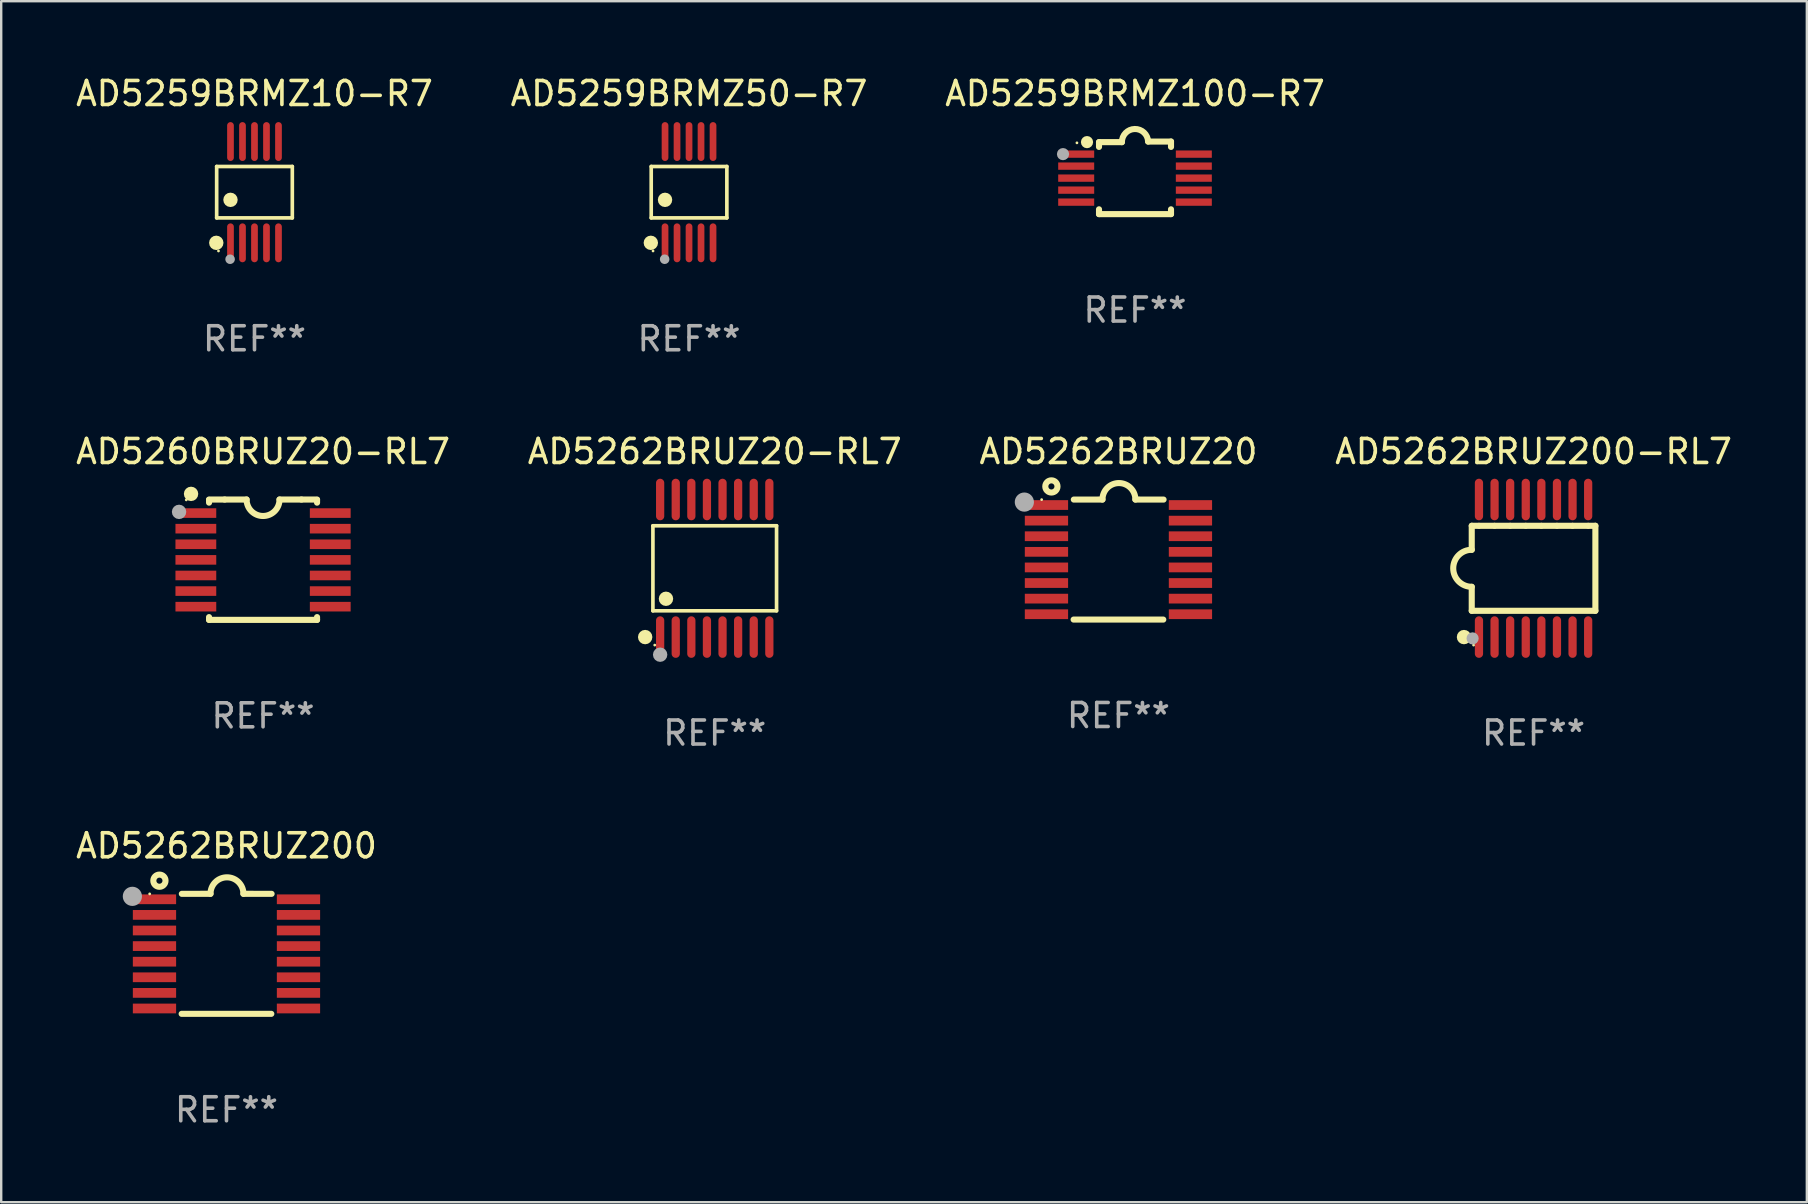
<source format=kicad_pcb>
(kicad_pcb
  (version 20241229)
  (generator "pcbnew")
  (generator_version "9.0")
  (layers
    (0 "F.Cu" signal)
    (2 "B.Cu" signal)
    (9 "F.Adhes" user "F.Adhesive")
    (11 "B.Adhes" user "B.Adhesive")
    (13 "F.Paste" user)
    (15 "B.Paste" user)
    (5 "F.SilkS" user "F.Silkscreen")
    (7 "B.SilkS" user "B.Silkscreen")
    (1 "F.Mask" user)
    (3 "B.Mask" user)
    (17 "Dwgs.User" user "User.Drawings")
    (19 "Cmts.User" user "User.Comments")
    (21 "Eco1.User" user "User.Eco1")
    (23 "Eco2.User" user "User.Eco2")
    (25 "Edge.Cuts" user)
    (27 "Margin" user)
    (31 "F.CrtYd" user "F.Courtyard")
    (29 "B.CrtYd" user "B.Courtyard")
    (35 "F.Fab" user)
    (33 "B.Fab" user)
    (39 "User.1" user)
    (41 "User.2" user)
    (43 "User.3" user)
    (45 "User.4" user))
  (footprint "AD5262BRUZ200-RL7"
    (layer "F.Cu")
    (at 60.851 20.63)
    (property "Reference" "AD5262BRUZ200-RL7" (at 0 -4.866 0) (layer "F.SilkS") (effects (font (size 1 1) (thickness 0.15))))
    (attr through_hole)
    (fp_line (start -2.576 -1.771) (end -2.576 -0.771) (stroke (width 0.254) (type solid)) (layer "F.SilkS"))
    (fp_line (start -2.576 -1.771) (end -2.289 -1.771) (stroke (width 0.254) (type solid)) (layer "F.SilkS"))
    (fp_line (start -2.576 1.771) (end -2.576 0.771) (stroke (width 0.254) (type solid)) (layer "F.SilkS"))
    (fp_line (start -2.261 -1.771) (end -1.639 -1.771) (stroke (width 0.254) (type solid)) (layer "F.SilkS"))
    (fp_line (start -1.612 -1.771) (end -0.989 -1.771) (stroke (width 0.254) (type solid)) (layer "F.SilkS"))
    (fp_line (start -0.962 -1.771) (end -0.338 -1.771) (stroke (width 0.254) (type solid)) (layer "F.SilkS"))
    (fp_line (start -0.311 -1.771) (end 0.312 -1.771) (stroke (width 0.254) (type solid)) (layer "F.SilkS"))
    (fp_line (start 0.339 -1.771) (end 0.962 -1.771) (stroke (width 0.254) (type solid)) (layer "F.SilkS"))
    (fp_line (start 0.989 -1.771) (end 1.612 -1.771) (stroke (width 0.254) (type solid)) (layer "F.SilkS"))
    (fp_line (start 1.639 -1.771) (end 2.261 -1.771) (stroke (width 0.254) (type solid)) (layer "F.SilkS"))
    (fp_line (start 2.289 -1.771) (end 2.576 -1.771) (stroke (width 0.254) (type solid)) (layer "F.SilkS"))
    (fp_line (start 2.576 -1.771) (end 2.576 1.771) (stroke (width 0.254) (type solid)) (layer "F.SilkS"))
    (fp_line (start 2.576 1.771) (end -2.576 1.771) (stroke (width 0.254) (type solid)) (layer "F.SilkS"))
    (fp_arc (start -2.576226 0.7714) (mid -3.346889 -0.000648) (end -2.575311 -0.771781) (stroke (width 0.254001) (type solid)) (layer "F.SilkS"))
    (fp_circle (center -2.899 2.866) (end -2.749 2.866) (stroke (width 0.3) (type solid)) (fill no) (layer "F.SilkS"))
    (fp_circle (center -2.5 3.2) (end -2.47 3.2) (stroke (width 0.06) (type solid)) (fill no) (layer "F.SilkS"))
    (fp_circle (center -2.54 2.921) (end -2.413 2.921) (stroke (width 0.254) (type solid)) (fill no) (layer "F.Fab"))
    (fp_text user "REF**" (at 0 6.866 0) (layer "F.Fab") (effects (font (size 1 1) (thickness 0.15))))
    (pad "1" smd oval (at -2.275 2.866) (size 0.343 1.731) (layers "F.Cu" "F.Mask" "F.Paste"))
    (pad "2" smd oval (at -1.625 2.866) (size 0.343 1.731) (layers "F.Cu" "F.Mask" "F.Paste"))
    (pad "3" smd oval (at -0.975 2.866) (size 0.343 1.731) (layers "F.Cu" "F.Mask" "F.Paste"))
    (pad "4" smd oval (at -0.325 2.866) (size 0.343 1.731) (layers "F.Cu" "F.Mask" "F.Paste"))
    (pad "5" smd oval (at 0.325 2.866) (size 0.343 1.731) (layers "F.Cu" "F.Mask" "F.Paste"))
    (pad "6" smd oval (at 0.975 2.866) (size 0.343 1.731) (layers "F.Cu" "F.Mask" "F.Paste"))
    (pad "7" smd oval (at 1.625 2.866) (size 0.343 1.731) (layers "F.Cu" "F.Mask" "F.Paste"))
    (pad "8" smd oval (at 2.275 2.866) (size 0.343 1.731) (layers "F.Cu" "F.Mask" "F.Paste"))
    (pad "9" smd oval (at 2.275 -2.866) (size 0.343 1.731) (layers "F.Cu" "F.Mask" "F.Paste"))
    (pad "10" smd oval (at 1.625 -2.866) (size 0.343 1.731) (layers "F.Cu" "F.Mask" "F.Paste"))
    (pad "11" smd oval (at 0.975 -2.866) (size 0.343 1.731) (layers "F.Cu" "F.Mask" "F.Paste"))
    (pad "12" smd oval (at 0.325 -2.866) (size 0.343 1.731) (layers "F.Cu" "F.Mask" "F.Paste"))
    (pad "13" smd oval (at -0.325 -2.866) (size 0.343 1.731) (layers "F.Cu" "F.Mask" "F.Paste"))
    (pad "14" smd oval (at -0.975 -2.866) (size 0.343 1.731) (layers "F.Cu" "F.Mask" "F.Paste"))
    (pad "15" smd oval (at -1.625 -2.866) (size 0.343 1.731) (layers "F.Cu" "F.Mask" "F.Paste"))
    (pad "16" smd oval (at -2.275 -2.866) (size 0.343 1.731) (layers "F.Cu" "F.Mask" "F.Paste")))
  (footprint "AD5262BRUZ20-RL7"
    (layer "F.Cu")
    (at 26.732 20.63)
    (property "Reference" "AD5262BRUZ20-RL7" (at 0 -4.866 0) (layer "F.SilkS") (effects (font (size 1 1) (thickness 0.15))))
    (attr through_hole)
    (fp_line (start -2.576 -1.772) (end 2.576 -1.772) (stroke (width 0.152) (type solid)) (layer "F.SilkS"))
    (fp_line (start -2.576 1.771) (end -2.576 -1.772) (stroke (width 0.152) (type solid)) (layer "F.SilkS"))
    (fp_line (start 2.576 -1.772) (end 2.576 1.771) (stroke (width 0.152) (type solid)) (layer "F.SilkS"))
    (fp_line (start 2.576 1.771) (end -2.576 1.771) (stroke (width 0.152) (type solid)) (layer "F.SilkS"))
    (fp_circle (center -2.899 2.866) (end -2.749 2.866) (stroke (width 0.3) (type solid)) (fill no) (layer "F.SilkS"))
    (fp_circle (center -2.5 3.2) (end -2.47 3.2) (stroke (width 0.06) (type solid)) (fill no) (layer "F.SilkS"))
    (fp_circle (center -2.032 1.27) (end -1.882 1.27) (stroke (width 0.3) (type solid)) (fill no) (layer "F.SilkS"))
    (fp_circle (center -2.275 3.6) (end -2.125 3.6) (stroke (width 0.3) (type solid)) (fill no) (layer "F.Fab"))
    (fp_text user "REF**" (at 0 6.866 0) (layer "F.Fab") (effects (font (size 1 1) (thickness 0.15))))
    (pad "1" smd oval (at -2.275 2.866) (size 0.343 1.731) (layers "F.Cu" "F.Mask" "F.Paste"))
    (pad "2" smd oval (at -1.625 2.866) (size 0.343 1.731) (layers "F.Cu" "F.Mask" "F.Paste"))
    (pad "3" smd oval (at -0.975 2.866) (size 0.343 1.731) (layers "F.Cu" "F.Mask" "F.Paste"))
    (pad "4" smd oval (at -0.325 2.866) (size 0.343 1.731) (layers "F.Cu" "F.Mask" "F.Paste"))
    (pad "5" smd oval (at 0.325 2.866) (size 0.343 1.731) (layers "F.Cu" "F.Mask" "F.Paste"))
    (pad "6" smd oval (at 0.975 2.866) (size 0.343 1.731) (layers "F.Cu" "F.Mask" "F.Paste"))
    (pad "7" smd oval (at 1.625 2.866) (size 0.343 1.731) (layers "F.Cu" "F.Mask" "F.Paste"))
    (pad "8" smd oval (at 2.275 2.866) (size 0.343 1.731) (layers "F.Cu" "F.Mask" "F.Paste"))
    (pad "9" smd oval (at 2.275 -2.866) (size 0.343 1.731) (layers "F.Cu" "F.Mask" "F.Paste"))
    (pad "10" smd oval (at 1.625 -2.866) (size 0.343 1.731) (layers "F.Cu" "F.Mask" "F.Paste"))
    (pad "11" smd oval (at 0.975 -2.866) (size 0.343 1.731) (layers "F.Cu" "F.Mask" "F.Paste"))
    (pad "12" smd oval (at 0.325 -2.866) (size 0.343 1.731) (layers "F.Cu" "F.Mask" "F.Paste"))
    (pad "13" smd oval (at -0.325 -2.866) (size 0.343 1.731) (layers "F.Cu" "F.Mask" "F.Paste"))
    (pad "14" smd oval (at -0.975 -2.866) (size 0.343 1.731) (layers "F.Cu" "F.Mask" "F.Paste"))
    (pad "15" smd oval (at -1.625 -2.866) (size 0.343 1.731) (layers "F.Cu" "F.Mask" "F.Paste"))
    (pad "16" smd oval (at -2.275 -2.866) (size 0.343 1.731) (layers "F.Cu" "F.Mask" "F.Paste")))
  (footprint "AD5260BRUZ20-RL7"
    (layer "F.Cu")
    (at 7.911 20.272)
    (property "Reference" "AD5260BRUZ20-RL7" (at 0 -4.507 0) (layer "F.SilkS") (effects (font (size 1 1) (thickness 0.15))))
    (attr through_hole)
    (fp_line (start -2.25 -2.377) (end -2.25 -2.493) (stroke (width 0.254) (type solid)) (layer "F.SilkS"))
    (fp_line (start -2.25 2.507) (end -2.25 2.392) (stroke (width 0.254) (type solid)) (layer "F.SilkS"))
    (fp_line (start -1.6 -2.507) (end -2.25 -2.507) (stroke (width 0.254) (type solid)) (layer "F.SilkS"))
    (fp_line (start -1.6 -2.507) (end -0.686 -2.507) (stroke (width 0.254) (type solid)) (layer "F.SilkS"))
    (fp_line (start 0.686 -2.507) (end 1.6 -2.507) (stroke (width 0.254) (type solid)) (layer "F.SilkS"))
    (fp_line (start 1.6 -2.507) (end 2.25 -2.507) (stroke (width 0.254) (type solid)) (layer "F.SilkS"))
    (fp_line (start 2.25 -2.493) (end 2.25 -2.377) (stroke (width 0.254) (type solid)) (layer "F.SilkS"))
    (fp_line (start 2.25 2.392) (end 2.25 2.507) (stroke (width 0.254) (type solid)) (layer "F.SilkS"))
    (fp_line (start 2.25 2.507) (end -2.25 2.507) (stroke (width 0.254) (type solid)) (layer "F.SilkS"))
    (fp_arc (start 0.685852 -2.507303) (mid 0.000051 -1.821502) (end -0.68575 -2.507303) (stroke (width 0.254001) (type solid)) (layer "F.SilkS"))
    (fp_circle (center -3.2 -2.493) (end -3.17 -2.493) (stroke (width 0.06) (type solid)) (fill no) (layer "F.SilkS"))
    (fp_circle (center -3 -2.743) (end -2.85 -2.743) (stroke (width 0.3) (type solid)) (fill no) (layer "F.SilkS"))
    (fp_circle (center -3.5 -1.993) (end -3.35 -1.993) (stroke (width 0.3) (type solid)) (fill no) (layer "F.Fab"))
    (fp_text user "REF**" (at 0 6.507 0) (layer "F.Fab") (effects (font (size 1 1) (thickness 0.15))))
    (pad "1" smd rect (at -2.8 -1.943) (size 1.7 0.4) (layers "F.Cu" "F.Mask" "F.Paste"))
    (pad "2" smd rect (at -2.8 -1.293) (size 1.7 0.4) (layers "F.Cu" "F.Mask" "F.Paste"))
    (pad "3" smd rect (at -2.8 -0.643) (size 1.7 0.4) (layers "F.Cu" "F.Mask" "F.Paste"))
    (pad "4" smd rect (at -2.8 0.007) (size 1.7 0.4) (layers "F.Cu" "F.Mask" "F.Paste"))
    (pad "5" smd rect (at -2.8 0.657) (size 1.7 0.4) (layers "F.Cu" "F.Mask" "F.Paste"))
    (pad "6" smd rect (at -2.8 1.307) (size 1.7 0.4) (layers "F.Cu" "F.Mask" "F.Paste"))
    (pad "7" smd rect (at -2.8 1.957) (size 1.7 0.4) (layers "F.Cu" "F.Mask" "F.Paste"))
    (pad "8" smd rect (at 2.8 1.957) (size 1.7 0.4) (layers "F.Cu" "F.Mask" "F.Paste"))
    (pad "9" smd rect (at 2.8 1.307) (size 1.7 0.4) (layers "F.Cu" "F.Mask" "F.Paste"))
    (pad "10" smd rect (at 2.8 0.657) (size 1.7 0.4) (layers "F.Cu" "F.Mask" "F.Paste"))
    (pad "11" smd rect (at 2.8 0.007) (size 1.7 0.4) (layers "F.Cu" "F.Mask" "F.Paste"))
    (pad "12" smd rect (at 2.8 -0.643) (size 1.7 0.4) (layers "F.Cu" "F.Mask" "F.Paste"))
    (pad "13" smd rect (at 2.8 -1.293) (size 1.7 0.4) (layers "F.Cu" "F.Mask" "F.Paste"))
    (pad "14" smd rect (at 2.8 -1.943) (size 1.7 0.4) (layers "F.Cu" "F.Mask" "F.Paste")))
  (footprint "AD5262BRUZ20"
    (layer "F.Cu")
    (at 43.554 20.266)
    (property "Reference" "AD5262BRUZ20" (at 0 -4.501 0) (layer "F.SilkS") (effects (font (size 1 1) (thickness 0.15))))
    (attr through_hole)
    (fp_line (start -1.868 2.501) (end 1.868 2.501) (stroke (width 0.254) (type solid)) (layer "F.SilkS"))
    (fp_line (start -1.86 -2.499) (end -0.666 -2.501) (stroke (width 0.254) (type solid)) (layer "F.SilkS"))
    (fp_line (start 0.706 -2.501) (end 1.88 -2.499) (stroke (width 0.254) (type solid)) (layer "F.SilkS"))
    (fp_arc (start -0.665914 -2.501448) (mid 0.019888 -3.18725) (end 0.70569 -2.501448) (stroke (width 0.254001) (type solid)) (layer "F.SilkS"))
    (fp_circle (center -3.2 -2.497) (end -3.17 -2.497) (stroke (width 0.06) (type solid)) (fill no) (layer "F.SilkS"))
    (fp_circle (center -2.794 -3.047) (end -2.54 -3.047) (stroke (width 0.254) (type solid)) (fill no) (layer "F.SilkS"))
    (fp_circle (center -3.921 -2.395) (end -3.721 -2.395) (stroke (width 0.4) (type solid)) (fill no) (layer "F.Fab"))
    (fp_text user "REF**" (at 0 6.501 0) (layer "F.Fab") (effects (font (size 1 1) (thickness 0.15))))
    (pad "1" smd rect (at -3 -2.272) (size 1.803 0.406) (layers "F.Cu" "F.Mask" "F.Paste"))
    (pad "2" smd rect (at -3 -1.622) (size 1.803 0.406) (layers "F.Cu" "F.Mask" "F.Paste"))
    (pad "3" smd rect (at -3 -0.972) (size 1.803 0.406) (layers "F.Cu" "F.Mask" "F.Paste"))
    (pad "4" smd rect (at -3 -0.322) (size 1.803 0.406) (layers "F.Cu" "F.Mask" "F.Paste"))
    (pad "5" smd rect (at -3 0.328) (size 1.803 0.406) (layers "F.Cu" "F.Mask" "F.Paste"))
    (pad "6" smd rect (at -3 0.978) (size 1.803 0.406) (layers "F.Cu" "F.Mask" "F.Paste"))
    (pad "7" smd rect (at -3 1.628) (size 1.803 0.406) (layers "F.Cu" "F.Mask" "F.Paste"))
    (pad "8" smd rect (at -3 2.278) (size 1.803 0.406) (layers "F.Cu" "F.Mask" "F.Paste"))
    (pad "9" smd rect (at 3 2.278) (size 1.803 0.406) (layers "F.Cu" "F.Mask" "F.Paste"))
    (pad "10" smd rect (at 3 1.628) (size 1.803 0.406) (layers "F.Cu" "F.Mask" "F.Paste"))
    (pad "11" smd rect (at 3 0.978) (size 1.803 0.406) (layers "F.Cu" "F.Mask" "F.Paste"))
    (pad "12" smd rect (at 3 0.328) (size 1.803 0.406) (layers "F.Cu" "F.Mask" "F.Paste"))
    (pad "13" smd rect (at 3 -0.322) (size 1.803 0.406) (layers "F.Cu" "F.Mask" "F.Paste"))
    (pad "14" smd rect (at 3 -0.972) (size 1.803 0.406) (layers "F.Cu" "F.Mask" "F.Paste"))
    (pad "15" smd rect (at 3 -1.622) (size 1.803 0.406) (layers "F.Cu" "F.Mask" "F.Paste"))
    (pad "16" smd rect (at 3 -2.272) (size 1.803 0.406) (layers "F.Cu" "F.Mask" "F.Paste")))
  (footprint "AD5259BRMZ50-R7"
    (layer "F.Cu")
    (at 25.661 4.958)
    (property "Reference" "AD5259BRMZ50-R7" (at 0 -4.11 0) (layer "F.SilkS") (effects (font (size 1 1) (thickness 0.15))))
    (attr through_hole)
    (fp_line (start -1.576 -1.071) (end 1.576 -1.071) (stroke (width 0.152) (type solid)) (layer "F.SilkS"))
    (fp_line (start -1.576 1.071) (end -1.576 -1.071) (stroke (width 0.152) (type solid)) (layer "F.SilkS"))
    (fp_line (start 1.576 -1.071) (end 1.576 1.071) (stroke (width 0.152) (type solid)) (layer "F.SilkS"))
    (fp_line (start 1.576 1.071) (end -1.576 1.071) (stroke (width 0.152) (type solid)) (layer "F.SilkS"))
    (fp_circle (center -1.592 2.11) (end -1.442 2.11) (stroke (width 0.3) (type solid)) (fill no) (layer "F.SilkS"))
    (fp_circle (center -1.5 2.45) (end -1.47 2.45) (stroke (width 0.06) (type solid)) (fill no) (layer "F.SilkS"))
    (fp_circle (center -1 0.319) (end -0.85 0.319) (stroke (width 0.3) (type solid)) (fill no) (layer "F.SilkS"))
    (fp_circle (center -1.016 2.794) (end -0.916 2.794) (stroke (width 0.2) (type solid)) (fill no) (layer "F.Fab"))
    (fp_text user "REF**" (at 0 6.11 0) (layer "F.Fab") (effects (font (size 1 1) (thickness 0.15))))
    (pad "1" smd oval (at -1 2.11) (size 0.28 1.62) (layers "F.Cu" "F.Mask" "F.Paste"))
    (pad "2" smd oval (at -0.5 2.11) (size 0.28 1.62) (layers "F.Cu" "F.Mask" "F.Paste"))
    (pad "3" smd oval (at 0 2.11) (size 0.28 1.62) (layers "F.Cu" "F.Mask" "F.Paste"))
    (pad "4" smd oval (at 0.5 2.11) (size 0.28 1.62) (layers "F.Cu" "F.Mask" "F.Paste"))
    (pad "5" smd oval (at 1 2.11) (size 0.28 1.62) (layers "F.Cu" "F.Mask" "F.Paste"))
    (pad "6" smd oval (at 1 -2.11) (size 0.28 1.62) (layers "F.Cu" "F.Mask" "F.Paste"))
    (pad "7" smd oval (at 0.5 -2.11) (size 0.28 1.62) (layers "F.Cu" "F.Mask" "F.Paste"))
    (pad "8" smd oval (at 0 -2.11) (size 0.28 1.62) (layers "F.Cu" "F.Mask" "F.Paste"))
    (pad "9" smd oval (at -0.5 -2.11) (size 0.28 1.62) (layers "F.Cu" "F.Mask" "F.Paste"))
    (pad "10" smd oval (at -1 -2.11) (size 0.28 1.62) (layers "F.Cu" "F.Mask" "F.Paste")))
  (footprint "AD5259BRMZ10-R7"
    (layer "F.Cu")
    (at 7.554 4.958)
    (property "Reference" "AD5259BRMZ10-R7" (at 0 -4.11 0) (layer "F.SilkS") (effects (font (size 1 1) (thickness 0.15))))
    (attr through_hole)
    (fp_line (start -1.576 -1.071) (end 1.576 -1.071) (stroke (width 0.152) (type solid)) (layer "F.SilkS"))
    (fp_line (start -1.576 1.071) (end -1.576 -1.071) (stroke (width 0.152) (type solid)) (layer "F.SilkS"))
    (fp_line (start 1.576 -1.071) (end 1.576 1.071) (stroke (width 0.152) (type solid)) (layer "F.SilkS"))
    (fp_line (start 1.576 1.071) (end -1.576 1.071) (stroke (width 0.152) (type solid)) (layer "F.SilkS"))
    (fp_circle (center -1.592 2.11) (end -1.442 2.11) (stroke (width 0.3) (type solid)) (fill no) (layer "F.SilkS"))
    (fp_circle (center -1.5 2.45) (end -1.47 2.45) (stroke (width 0.06) (type solid)) (fill no) (layer "F.SilkS"))
    (fp_circle (center -1 0.319) (end -0.85 0.319) (stroke (width 0.3) (type solid)) (fill no) (layer "F.SilkS"))
    (fp_circle (center -1.016 2.794) (end -0.916 2.794) (stroke (width 0.2) (type solid)) (fill no) (layer "F.Fab"))
    (fp_text user "REF**" (at 0 6.11 0) (layer "F.Fab") (effects (font (size 1 1) (thickness 0.15))))
    (pad "1" smd oval (at -1 2.11) (size 0.28 1.62) (layers "F.Cu" "F.Mask" "F.Paste"))
    (pad "2" smd oval (at -0.5 2.11) (size 0.28 1.62) (layers "F.Cu" "F.Mask" "F.Paste"))
    (pad "3" smd oval (at 0 2.11) (size 0.28 1.62) (layers "F.Cu" "F.Mask" "F.Paste"))
    (pad "4" smd oval (at 0.5 2.11) (size 0.28 1.62) (layers "F.Cu" "F.Mask" "F.Paste"))
    (pad "5" smd oval (at 1 2.11) (size 0.28 1.62) (layers "F.Cu" "F.Mask" "F.Paste"))
    (pad "6" smd oval (at 1 -2.11) (size 0.28 1.62) (layers "F.Cu" "F.Mask" "F.Paste"))
    (pad "7" smd oval (at 0.5 -2.11) (size 0.28 1.62) (layers "F.Cu" "F.Mask" "F.Paste"))
    (pad "8" smd oval (at 0 -2.11) (size 0.28 1.62) (layers "F.Cu" "F.Mask" "F.Paste"))
    (pad "9" smd oval (at -0.5 -2.11) (size 0.28 1.62) (layers "F.Cu" "F.Mask" "F.Paste"))
    (pad "10" smd oval (at -1 -2.11) (size 0.28 1.62) (layers "F.Cu" "F.Mask" "F.Paste")))
  (footprint "AD5259BRMZ100-R7"
    (layer "F.Cu")
    (at 44.244 4.36)
    (property "Reference" "AD5259BRMZ100-R7" (at 0 -3.512 0) (layer "F.SilkS") (effects (font (size 1 1) (thickness 0.15))))
    (attr through_hole)
    (fp_line (start -1.5 -1.288) (end -1.5 -1.487) (stroke (width 0.254) (type solid)) (layer "F.SilkS"))
    (fp_line (start -1.5 1.512) (end -1.5 1.312) (stroke (width 0.254) (type solid)) (layer "F.SilkS"))
    (fp_line (start -0.546 -1.487) (end -1.5 -1.487) (stroke (width 0.254) (type solid)) (layer "F.SilkS"))
    (fp_line (start 1.5 -1.512) (end 0.546 -1.512) (stroke (width 0.254) (type solid)) (layer "F.SilkS"))
    (fp_line (start 1.5 -1.288) (end 1.5 -1.512) (stroke (width 0.254) (type solid)) (layer "F.SilkS"))
    (fp_line (start 1.5 1.512) (end -1.5 1.512) (stroke (width 0.254) (type solid)) (layer "F.SilkS"))
    (fp_line (start 1.5 1.512) (end 1.5 1.312) (stroke (width 0.254) (type solid)) (layer "F.SilkS"))
    (fp_arc (start -0.546151 -1.486601) (mid -0.01246 -2.032889) (end 0.54605 -1.512002) (stroke (width 0.254001) (type solid)) (layer "F.SilkS"))
    (fp_circle (center -2.42 -1.458) (end -2.39 -1.458) (stroke (width 0.06) (type solid)) (fill no) (layer "F.SilkS"))
    (fp_circle (center -2 -1.488) (end -1.873 -1.488) (stroke (width 0.254) (type solid)) (fill no) (layer "F.SilkS"))
    (fp_circle (center -3 -0.988) (end -2.873 -0.988) (stroke (width 0.254) (type solid)) (fill no) (layer "F.Fab"))
    (fp_text user "REF**" (at 0 5.512 0) (layer "F.Fab") (effects (font (size 1 1) (thickness 0.15))))
    (pad "1" smd rect (at -2.451 -0.988) (size 1.5 0.305) (layers "F.Cu" "F.Mask" "F.Paste"))
    (pad "2" smd rect (at -2.451 -0.488) (size 1.5 0.305) (layers "F.Cu" "F.Mask" "F.Paste"))
    (pad "3" smd rect (at -2.451 0.012) (size 1.5 0.305) (layers "F.Cu" "F.Mask" "F.Paste"))
    (pad "4" smd rect (at -2.451 0.512) (size 1.5 0.305) (layers "F.Cu" "F.Mask" "F.Paste"))
    (pad "5" smd rect (at -2.451 1.012) (size 1.5 0.305) (layers "F.Cu" "F.Mask" "F.Paste"))
    (pad "6" smd rect (at 2.451 1.012) (size 1.5 0.305) (layers "F.Cu" "F.Mask" "F.Paste"))
    (pad "7" smd rect (at 2.451 0.512) (size 1.5 0.305) (layers "F.Cu" "F.Mask" "F.Paste"))
    (pad "8" smd rect (at 2.451 0.012) (size 1.5 0.305) (layers "F.Cu" "F.Mask" "F.Paste"))
    (pad "9" smd rect (at 2.451 -0.488) (size 1.5 0.305) (layers "F.Cu" "F.Mask" "F.Paste"))
    (pad "10" smd rect (at 2.451 -0.988) (size 1.5 0.305) (layers "F.Cu" "F.Mask" "F.Paste")))
  (footprint "AD5262BRUZ200"
    (layer "F.Cu")
    (at 6.387 36.694)
    (property "Reference" "AD5262BRUZ200" (at 0 -4.501 0) (layer "F.SilkS") (effects (font (size 1 1) (thickness 0.15))))
    (attr through_hole)
    (fp_line (start -1.868 2.501) (end 1.868 2.501) (stroke (width 0.254) (type solid)) (layer "F.SilkS"))
    (fp_line (start -1.86 -2.499) (end -0.666 -2.501) (stroke (width 0.254) (type solid)) (layer "F.SilkS"))
    (fp_line (start 0.706 -2.501) (end 1.88 -2.499) (stroke (width 0.254) (type solid)) (layer "F.SilkS"))
    (fp_arc (start -0.665914 -2.501448) (mid 0.019888 -3.18725) (end 0.70569 -2.501448) (stroke (width 0.254001) (type solid)) (layer "F.SilkS"))
    (fp_circle (center -3.2 -2.497) (end -3.17 -2.497) (stroke (width 0.06) (type solid)) (fill no) (layer "F.SilkS"))
    (fp_circle (center -2.794 -3.047) (end -2.54 -3.047) (stroke (width 0.254) (type solid)) (fill no) (layer "F.SilkS"))
    (fp_circle (center -3.921 -2.395) (end -3.721 -2.395) (stroke (width 0.4) (type solid)) (fill no) (layer "F.Fab"))
    (fp_text user "REF**" (at 0 6.501 0) (layer "F.Fab") (effects (font (size 1 1) (thickness 0.15))))
    (pad "1" smd rect (at -3 -2.272) (size 1.803 0.406) (layers "F.Cu" "F.Mask" "F.Paste"))
    (pad "2" smd rect (at -3 -1.622) (size 1.803 0.406) (layers "F.Cu" "F.Mask" "F.Paste"))
    (pad "3" smd rect (at -3 -0.972) (size 1.803 0.406) (layers "F.Cu" "F.Mask" "F.Paste"))
    (pad "4" smd rect (at -3 -0.322) (size 1.803 0.406) (layers "F.Cu" "F.Mask" "F.Paste"))
    (pad "5" smd rect (at -3 0.328) (size 1.803 0.406) (layers "F.Cu" "F.Mask" "F.Paste"))
    (pad "6" smd rect (at -3 0.978) (size 1.803 0.406) (layers "F.Cu" "F.Mask" "F.Paste"))
    (pad "7" smd rect (at -3 1.628) (size 1.803 0.406) (layers "F.Cu" "F.Mask" "F.Paste"))
    (pad "8" smd rect (at -3 2.278) (size 1.803 0.406) (layers "F.Cu" "F.Mask" "F.Paste"))
    (pad "9" smd rect (at 3 2.278) (size 1.803 0.406) (layers "F.Cu" "F.Mask" "F.Paste"))
    (pad "10" smd rect (at 3 1.628) (size 1.803 0.406) (layers "F.Cu" "F.Mask" "F.Paste"))
    (pad "11" smd rect (at 3 0.978) (size 1.803 0.406) (layers "F.Cu" "F.Mask" "F.Paste"))
    (pad "12" smd rect (at 3 0.328) (size 1.803 0.406) (layers "F.Cu" "F.Mask" "F.Paste"))
    (pad "13" smd rect (at 3 -0.322) (size 1.803 0.406) (layers "F.Cu" "F.Mask" "F.Paste"))
    (pad "14" smd rect (at 3 -0.972) (size 1.803 0.406) (layers "F.Cu" "F.Mask" "F.Paste"))
    (pad "15" smd rect (at 3 -1.622) (size 1.803 0.406) (layers "F.Cu" "F.Mask" "F.Paste"))
    (pad "16" smd rect (at 3 -2.272) (size 1.803 0.406) (layers "F.Cu" "F.Mask" "F.Paste")))
  (gr_rect
    (start -3 -3)
    (end 72.238 47.044)
    (stroke (width 0.1) (type default))
    (fill no)
    (layer "Edge.Cuts")))
</source>
